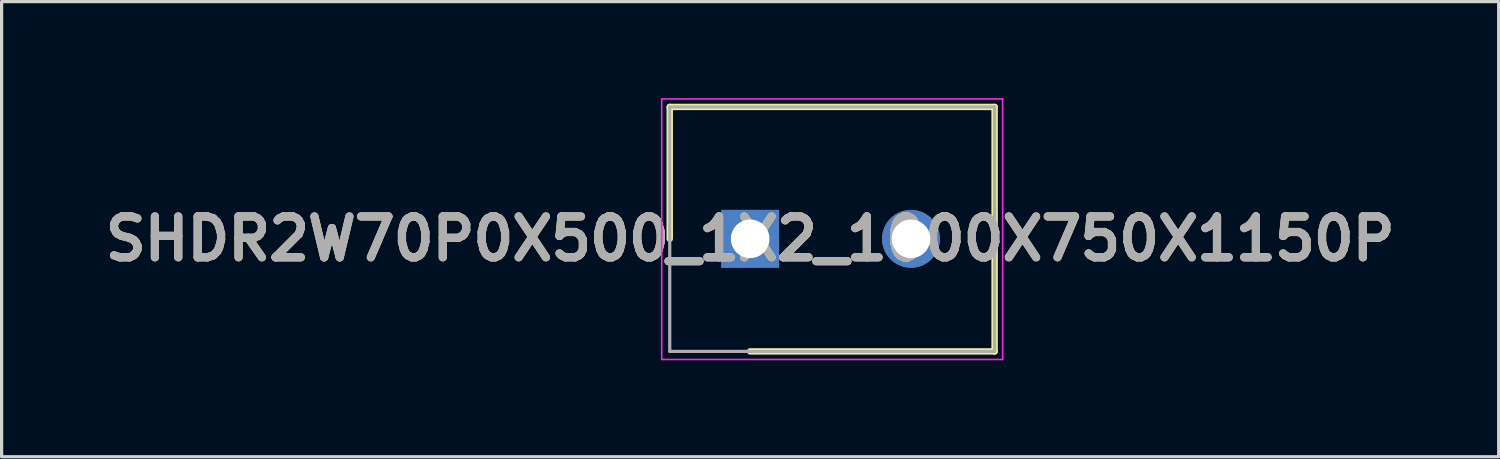
<source format=kicad_pcb>
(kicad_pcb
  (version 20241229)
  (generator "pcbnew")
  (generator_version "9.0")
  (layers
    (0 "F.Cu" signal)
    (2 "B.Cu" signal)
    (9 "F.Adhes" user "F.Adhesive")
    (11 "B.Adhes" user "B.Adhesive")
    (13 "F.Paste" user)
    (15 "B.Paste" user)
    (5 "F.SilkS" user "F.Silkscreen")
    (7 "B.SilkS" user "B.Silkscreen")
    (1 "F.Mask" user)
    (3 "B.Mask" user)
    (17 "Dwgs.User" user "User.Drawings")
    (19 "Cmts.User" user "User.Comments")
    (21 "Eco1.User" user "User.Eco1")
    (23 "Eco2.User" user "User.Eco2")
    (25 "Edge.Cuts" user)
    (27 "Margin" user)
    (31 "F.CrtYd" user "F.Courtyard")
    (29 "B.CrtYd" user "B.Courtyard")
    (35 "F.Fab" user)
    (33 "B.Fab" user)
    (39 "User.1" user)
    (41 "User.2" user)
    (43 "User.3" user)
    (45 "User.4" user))
  (footprint "SHDR2W70P0X500_1X2_1000X750X1150P"
    (layer "F.Cu")
    (at 20.272 4.375)
    (property "Reference" "SHDR2W70P0X500_1X2_1000X750X1150P" (at 0 0 0) (layer "F.SilkS") (effects (font (size 1.27 1.27) (thickness 0.254))))
    (attr through_hole)
    (fp_line (start -2.5 -4.1) (end -2.5 0) (stroke (width 0.2) (type solid)) (layer "F.SilkS"))
    (fp_line (start 0 3.5) (end 7.6 3.5) (stroke (width 0.2) (type solid)) (layer "F.SilkS"))
    (fp_line (start 7.6 -4.1) (end -2.5 -4.1) (stroke (width 0.2) (type solid)) (layer "F.SilkS"))
    (fp_line (start 7.6 3.5) (end 7.6 -4.1) (stroke (width 0.2) (type solid)) (layer "F.SilkS"))
    (fp_line (start -2.75 -4.35) (end 7.85 -4.35) (stroke (width 0.05) (type solid)) (layer "F.CrtYd"))
    (fp_line (start -2.75 3.75) (end -2.75 -4.35) (stroke (width 0.05) (type solid)) (layer "F.CrtYd"))
    (fp_line (start 7.85 -4.35) (end 7.85 3.75) (stroke (width 0.05) (type solid)) (layer "F.CrtYd"))
    (fp_line (start 7.85 3.75) (end -2.75 3.75) (stroke (width 0.05) (type solid)) (layer "F.CrtYd"))
    (fp_line (start -2.5 -4.1) (end 7.6 -4.1) (stroke (width 0.1) (type solid)) (layer "F.Fab"))
    (fp_line (start -2.5 3.5) (end -2.5 -4.1) (stroke (width 0.1) (type solid)) (layer "F.Fab"))
    (fp_line (start 7.6 -4.1) (end 7.6 3.5) (stroke (width 0.1) (type solid)) (layer "F.Fab"))
    (fp_line (start 7.6 3.5) (end -2.5 3.5) (stroke (width 0.1) (type solid)) (layer "F.Fab"))
    (fp_text user "${REFERENCE}" (at 0 0 0) (layer "F.Fab") (effects (font (size 1.27 1.27) (thickness 0.254))))
    (pad "1" thru_hole rect (at 0 0) (size 1.8 1.8) (drill 1.2) (layers "*.Cu" "*.Mask"))
    (pad "2" thru_hole circle (at 5 0) (size 1.8 1.8) (drill 1.2) (layers "*.Cu" "*.Mask")))
  (gr_rect
    (start -3 -3)
    (end 43.543 11.15)
    (stroke (width 0.1) (type default))
    (fill no)
    (layer "Edge.Cuts")))
</source>
